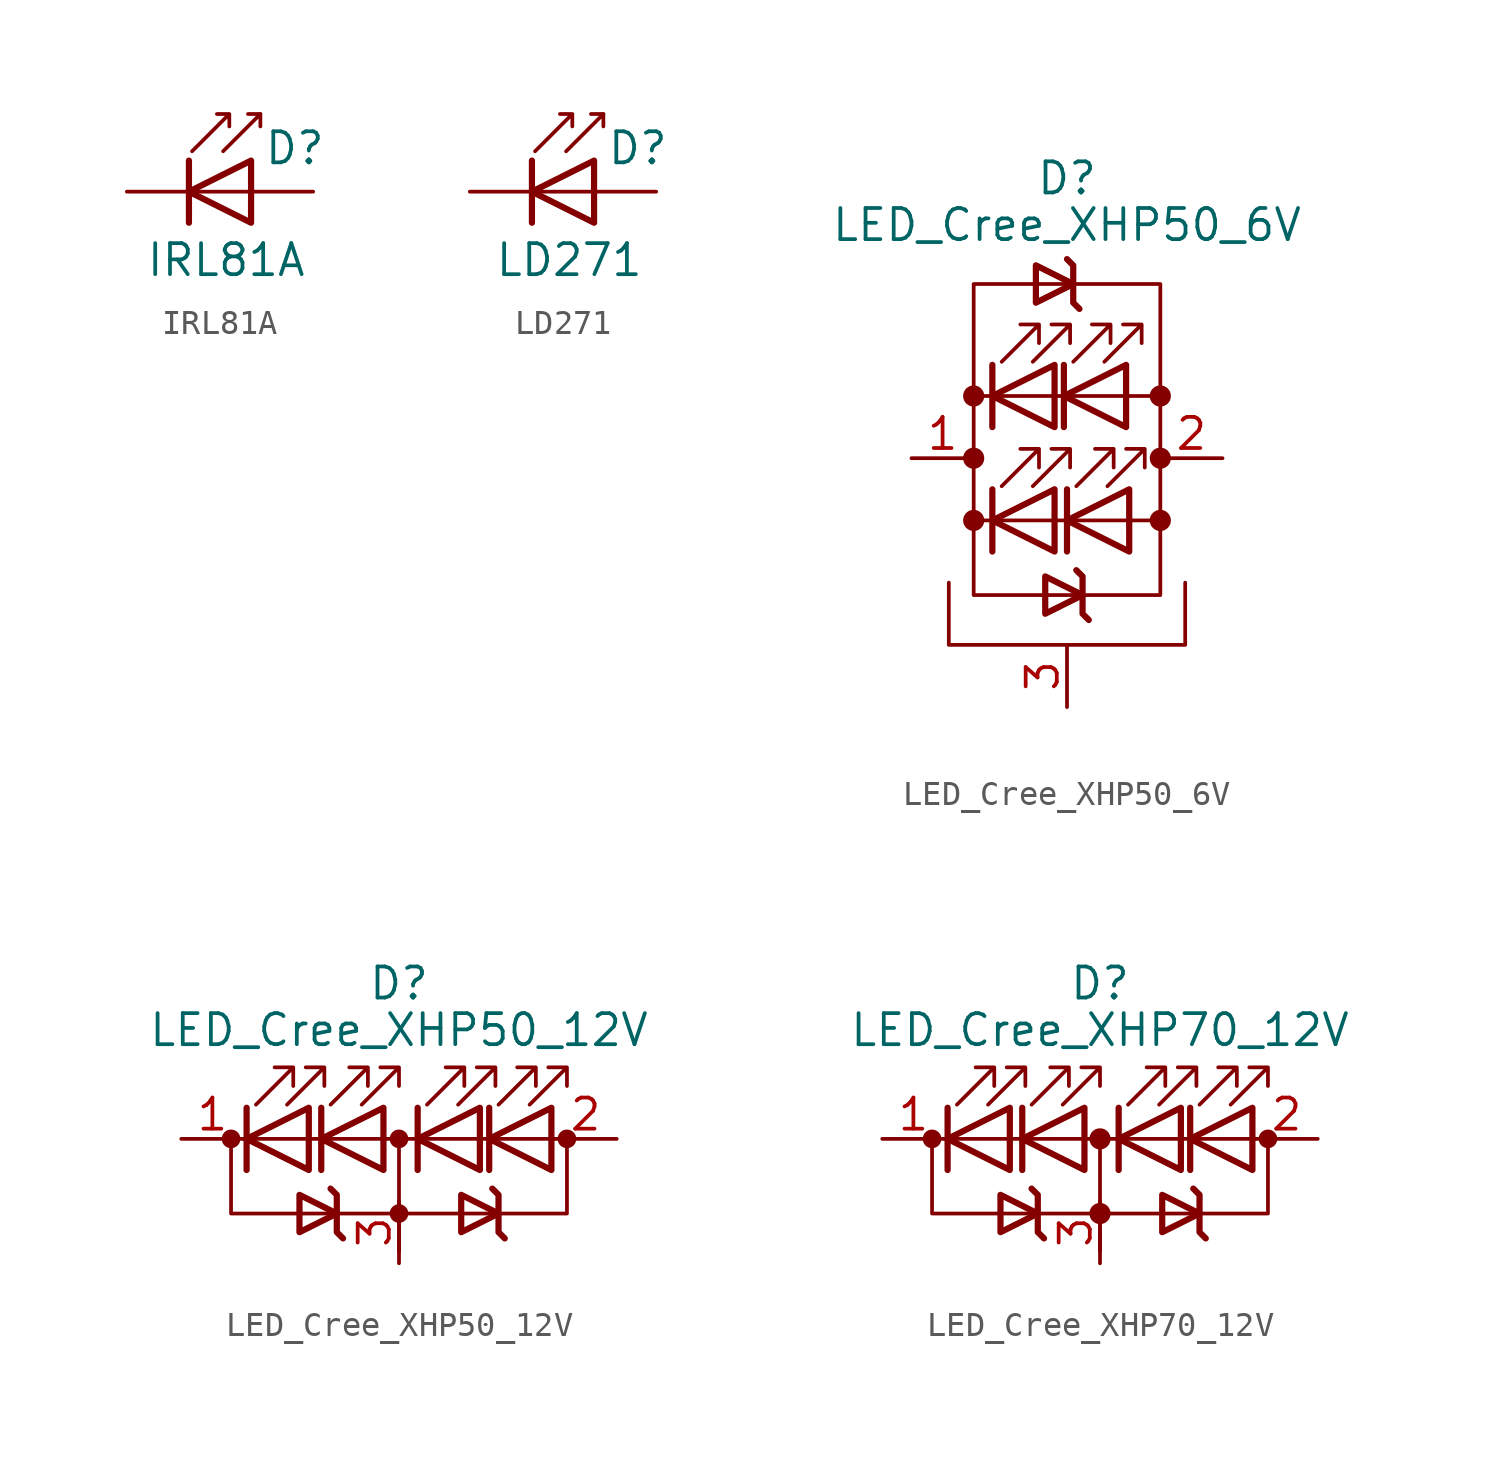
<source format=kicad_sym>
(kicad_symbol_lib
  (version 20241209)
  (generator "kicad_symbol_editor")
  (generator_version "9.0")
  (symbol "IRL81A"
    (pin_numbers hide)
    (pin_names
      (offset 1.016) hide)
    (property "Reference" "D"
      (at 0.508 1.778 0)
      (effects (font (size 1.27 1.27)) (justify left)))
    (property "Value" "IRL81A"
      (at -1.016 -2.794 0)
      (effects (font (size 1.27 1.27))))
    (symbol "IRL81A_0_1"
      (polyline (pts (xy -2.54 1.27) (xy -2.54 -1.27)) (stroke (width 0.254) (type default)) (fill (type none)))
      (polyline (pts (xy -2.54 0) (xy 0 0)) (stroke (width 0) (type default)) (fill (type none)))
      (polyline (pts (xy -2.413 1.651) (xy -0.889 3.175) (xy -0.889 2.667) (xy -0.889 3.175) (xy -1.397 3.175)) (stroke (width 0) (type default)) (fill (type none)))
      (polyline (pts (xy -1.143 1.651) (xy 0.381 3.175) (xy 0.381 2.667)) (stroke (width 0) (type default)) (fill (type none)))
      (polyline (pts (xy 0 -1.27) (xy 0 1.27) (xy -2.54 0) (xy 0 -1.27)) (stroke (width 0.254) (type default)) (fill (type none)))
      (polyline (pts (xy 0.381 3.175) (xy -0.127 3.175)) (stroke (width 0) (type default)) (fill (type none))))
    (symbol "IRL81A_1_1"
      (pin passive line (at -5.08 0 0) (length 2.54) (name "K" (effects (font (size 1.27 1.27)))) (number "1" (effects (font (size 1.27 1.27)))))
      (pin passive line (at 2.54 0 180) (length 2.54) (name "A" (effects (font (size 1.27 1.27)))) (number "2" (effects (font (size 1.27 1.27)))))))
  (symbol "LD271"
    (pin_numbers hide)
    (pin_names
      (offset 1.016) hide)
    (property "Reference" "D"
      (at 0.508 1.778 0)
      (effects (font (size 1.27 1.27)) (justify left)))
    (property "Value" "LD271"
      (at -1.016 -2.794 0)
      (effects (font (size 1.27 1.27))))
    (symbol "LD271_0_1"
      (polyline (pts (xy -2.54 1.27) (xy -2.54 -1.27)) (stroke (width 0.254) (type default)) (fill (type none)))
      (polyline (pts (xy -2.413 1.651) (xy -0.889 3.175) (xy -0.889 2.667) (xy -0.889 3.175) (xy -1.397 3.175)) (stroke (width 0) (type default)) (fill (type none)))
      (polyline (pts (xy -1.143 1.651) (xy 0.381 3.175) (xy 0.381 2.667)) (stroke (width 0) (type default)) (fill (type none)))
      (polyline (pts (xy 0 0) (xy -2.54 0)) (stroke (width 0) (type default)) (fill (type none)))
      (polyline (pts (xy 0 -1.27) (xy -2.54 0) (xy 0 1.27) (xy 0 -1.27)) (stroke (width 0.254) (type default)) (fill (type none)))
      (polyline (pts (xy 0.381 3.175) (xy -0.127 3.175)) (stroke (width 0) (type default)) (fill (type none))))
    (symbol "LD271_1_1"
      (pin passive line (at -5.08 0 0) (length 2.54) (name "K" (effects (font (size 1.27 1.27)))) (number "1" (effects (font (size 1.27 1.27)))))
      (pin passive line (at 2.54 0 180) (length 2.54) (name "A" (effects (font (size 1.27 1.27)))) (number "2" (effects (font (size 1.27 1.27)))))))
  (symbol "LED_Cree_XHP50_6V"
    (pin_names
      (offset 1.016) hide)
    (property "Reference" "D"
      (at 0 11.43 0)
      (effects (font (size 1.27 1.27))))
    (property "Value" "LED_Cree_XHP50_6V"
      (at 0 9.525 0)
      (effects (font (size 1.27 1.27))))
    (symbol "LED_Cree_XHP50_6V_0_1"
      (polyline (pts (xy -4.826 -5.08) (xy -4.826 -7.62) (xy 4.826 -7.62) (xy 4.826 -5.08)) (stroke (width 0) (type default)) (fill (type none)))
      (circle (center -3.81 2.54) (radius 0.356) (stroke (width 0) (type default)) (fill (type outline)))
      (circle (center -3.81 0) (radius 0.356) (stroke (width 0) (type default)) (fill (type outline)))
      (circle (center -3.81 -2.54) (radius 0.356) (stroke (width 0) (type default)) (fill (type outline)))
      (polyline (pts (xy -3.81 -2.54) (xy 3.81 -2.54)) (stroke (width 0) (type default)) (fill (type none)))
      (polyline (pts (xy -3.81 -5.588) (xy -3.81 7.112) (xy 3.81 7.112) (xy 3.81 -5.588) (xy -3.81 -5.588)) (stroke (width 0) (type default)) (fill (type none)))
      (polyline (pts (xy -3.048 1.27) (xy -3.048 3.81)) (stroke (width 0.254) (type default)) (fill (type none)))
      (polyline (pts (xy -3.048 -3.81) (xy -3.048 -1.27)) (stroke (width 0.254) (type default)) (fill (type none)))
      (polyline (pts (xy -2.667 3.937) (xy -1.143 5.461) (xy -1.905 5.461) (xy -1.143 5.461) (xy -1.143 4.699)) (stroke (width 0) (type default)) (fill (type none)))
      (polyline (pts (xy -2.667 -1.143) (xy -1.143 0.381) (xy -1.905 0.381) (xy -1.143 0.381) (xy -1.143 -0.381)) (stroke (width 0) (type default)) (fill (type none)))
      (polyline (pts (xy -1.397 3.937) (xy 0.127 5.461) (xy -0.635 5.461) (xy 0.127 5.461) (xy 0.127 4.699)) (stroke (width 0) (type default)) (fill (type none)))
      (polyline (pts (xy -1.397 -1.143) (xy 0.127 0.381) (xy -0.635 0.381) (xy 0.127 0.381) (xy 0.127 -0.381)) (stroke (width 0) (type default)) (fill (type none)))
      (polyline (pts (xy -1.27 6.35) (xy -1.27 7.874) (xy 0.254 7.112) (xy -1.27 6.35) (xy -1.27 6.604)) (stroke (width 0.254) (type default)) (fill (type none)))
      (polyline (pts (xy -0.889 -6.35) (xy -0.889 -4.826) (xy 0.635 -5.588) (xy -0.889 -6.35) (xy -0.889 -6.096)) (stroke (width 0.254) (type default)) (fill (type none)))
      (polyline (pts (xy -0.508 1.27) (xy -0.508 3.81) (xy -3.048 2.54) (xy -0.508 1.27)) (stroke (width 0.254) (type default)) (fill (type none)))
      (polyline (pts (xy -0.508 -3.81) (xy -0.508 -1.27) (xy -3.048 -2.54) (xy -0.508 -3.81)) (stroke (width 0.254) (type default)) (fill (type none)))
      (polyline (pts (xy -0.127 1.27) (xy -0.127 3.81)) (stroke (width 0.254) (type default)) (fill (type none)))
      (polyline (pts (xy 0 -3.81) (xy 0 -1.27)) (stroke (width 0.254) (type default)) (fill (type none)))
      (polyline (pts (xy 0.254 3.937) (xy 1.778 5.461) (xy 1.016 5.461) (xy 1.778 5.461) (xy 1.778 4.699)) (stroke (width 0) (type default)) (fill (type none)))
      (polyline (pts (xy 0.381 -1.143) (xy 1.905 0.381) (xy 1.143 0.381) (xy 1.905 0.381) (xy 1.905 -0.381)) (stroke (width 0) (type default)) (fill (type none)))
      (polyline (pts (xy 0.508 6.096) (xy 0.254 6.35) (xy 0.254 7.874) (xy 0 8.128)) (stroke (width 0.254) (type default)) (fill (type none)))
      (polyline (pts (xy 0.889 -6.604) (xy 0.635 -6.35) (xy 0.635 -4.826) (xy 0.381 -4.572)) (stroke (width 0.254) (type default)) (fill (type none)))
      (polyline (pts (xy 1.524 3.937) (xy 3.048 5.461) (xy 2.286 5.461) (xy 3.048 5.461) (xy 3.048 4.699)) (stroke (width 0) (type default)) (fill (type none)))
      (polyline (pts (xy 1.651 -1.143) (xy 3.175 0.381) (xy 2.413 0.381) (xy 3.175 0.381) (xy 3.175 -0.381)) (stroke (width 0) (type default)) (fill (type none)))
      (polyline (pts (xy 2.413 1.27) (xy 2.413 3.81) (xy -0.127 2.54) (xy 2.413 1.27)) (stroke (width 0.254) (type default)) (fill (type none)))
      (polyline (pts (xy 2.54 -3.81) (xy 2.54 -1.27) (xy 0 -2.54) (xy 2.54 -3.81)) (stroke (width 0.254) (type default)) (fill (type none)))
      (polyline (pts (xy 3.81 2.54) (xy -3.81 2.54)) (stroke (width 0) (type default)) (fill (type none)))
      (circle (center 3.81 2.54) (radius 0.356) (stroke (width 0) (type default)) (fill (type outline)))
      (circle (center 3.81 0) (radius 0.356) (stroke (width 0) (type default)) (fill (type outline)))
      (circle (center 3.81 -2.54) (radius 0.356) (stroke (width 0) (type default)) (fill (type outline))))
    (symbol "LED_Cree_XHP50_6V_1_1"
      (pin passive line (at -6.35 0 0) (length 2.54) (name "K" (effects (font (size 1.27 1.27)))) (number "1" (effects (font (size 1.27 1.27)))))
      (pin passive line (at 0 -10.16 90) (length 2.54) (name "PAD" (effects (font (size 1.27 1.27)))) (number "3" (effects (font (size 1.27 1.27)))))
      (pin passive line (at 6.35 0 180) (length 2.54) (name "A" (effects (font (size 1.27 1.27)))) (number "2" (effects (font (size 1.27 1.27)))))))
  (symbol "LED_Cree_XHP50_12V"
    (pin_names
      (offset 1.016) hide)
    (property "Reference" "D"
      (at 0 6.35 0)
      (effects (font (size 1.27 1.27))))
    (property "Value" "LED_Cree_XHP50_12V"
      (at 0 4.445 0)
      (effects (font (size 1.27 1.27))))
    (symbol "LED_Cree_XHP50_12V_0_1"
      (circle (center -6.858 0) (radius 0.254) (stroke (width 0.254) (type default)) (fill (type outline)))
      (polyline (pts (xy -6.858 0) (xy -6.858 -3.048) (xy 6.858 -3.048) (xy 6.858 0)) (stroke (width 0) (type default)) (fill (type none)))
      (polyline (pts (xy -6.35 0) (xy 6.35 0)) (stroke (width 0) (type default)) (fill (type none)))
      (polyline (pts (xy -6.223 -1.27) (xy -6.223 1.27)) (stroke (width 0.254) (type default)) (fill (type none)))
      (polyline (pts (xy -5.842 1.397) (xy -4.318 2.921) (xy -5.08 2.921) (xy -4.318 2.921) (xy -4.318 2.159)) (stroke (width 0) (type default)) (fill (type none)))
      (polyline (pts (xy -4.572 1.397) (xy -3.048 2.921) (xy -3.81 2.921) (xy -3.048 2.921) (xy -3.048 2.159)) (stroke (width 0) (type default)) (fill (type none)))
      (polyline (pts (xy -4.064 -3.81) (xy -4.064 -2.286) (xy -2.54 -3.048) (xy -4.064 -3.81) (xy -4.064 -3.556)) (stroke (width 0.254) (type default)) (fill (type none)))
      (polyline (pts (xy -3.683 -1.27) (xy -3.683 1.27) (xy -6.223 0) (xy -3.683 -1.27)) (stroke (width 0.254) (type default)) (fill (type none)))
      (polyline (pts (xy -3.175 -1.27) (xy -3.175 1.27)) (stroke (width 0.254) (type default)) (fill (type none)))
      (polyline (pts (xy -2.794 1.397) (xy -1.27 2.921) (xy -2.032 2.921) (xy -1.27 2.921) (xy -1.27 2.159)) (stroke (width 0) (type default)) (fill (type none)))
      (polyline (pts (xy -2.286 -4.064) (xy -2.54 -3.81) (xy -2.54 -2.286) (xy -2.794 -2.032)) (stroke (width 0.254) (type default)) (fill (type none)))
      (polyline (pts (xy -1.524 1.397) (xy 0 2.921) (xy -0.762 2.921) (xy 0 2.921) (xy 0 2.159)) (stroke (width 0) (type default)) (fill (type none)))
      (polyline (pts (xy -0.635 -1.27) (xy -0.635 1.27) (xy -3.175 0) (xy -0.635 -1.27)) (stroke (width 0.254) (type default)) (fill (type none)))
      (polyline (pts (xy 0 0) (xy 0 -4.572)) (stroke (width 0) (type default)) (fill (type none)))
      (circle (center 0 0) (radius 0.254) (stroke (width 0.254) (type default)) (fill (type outline)))
      (circle (center 0 -3.048) (radius 0.254) (stroke (width 0.254) (type default)) (fill (type outline)))
      (polyline (pts (xy 0 -3.81) (xy 0 -4.572)) (stroke (width 0) (type default)) (fill (type none)))
      (polyline (pts (xy 0.762 -1.27) (xy 0.762 1.27)) (stroke (width 0.254) (type default)) (fill (type none)))
      (polyline (pts (xy 1.143 1.397) (xy 2.667 2.921) (xy 1.905 2.921) (xy 2.667 2.921) (xy 2.667 2.159)) (stroke (width 0) (type default)) (fill (type none)))
      (polyline (pts (xy 2.413 1.397) (xy 3.937 2.921) (xy 3.175 2.921) (xy 3.937 2.921) (xy 3.937 2.159)) (stroke (width 0) (type default)) (fill (type none)))
      (polyline (pts (xy 2.54 -3.81) (xy 2.54 -2.286) (xy 4.064 -3.048) (xy 2.54 -3.81) (xy 2.54 -3.556)) (stroke (width 0.254) (type default)) (fill (type none)))
      (polyline (pts (xy 3.302 -1.27) (xy 3.302 1.27) (xy 0.762 0) (xy 3.302 -1.27)) (stroke (width 0.254) (type default)) (fill (type none)))
      (polyline (pts (xy 3.683 -1.27) (xy 3.683 1.27)) (stroke (width 0.254) (type default)) (fill (type none)))
      (polyline (pts (xy 4.064 1.397) (xy 5.588 2.921) (xy 4.826 2.921) (xy 5.588 2.921) (xy 5.588 2.159)) (stroke (width 0) (type default)) (fill (type none)))
      (polyline (pts (xy 4.318 -4.064) (xy 4.064 -3.81) (xy 4.064 -2.286) (xy 3.81 -2.032)) (stroke (width 0.254) (type default)) (fill (type none)))
      (polyline (pts (xy 5.334 1.397) (xy 6.858 2.921) (xy 6.096 2.921) (xy 6.858 2.921) (xy 6.858 2.159)) (stroke (width 0) (type default)) (fill (type none)))
      (polyline (pts (xy 6.223 -1.27) (xy 6.223 1.27) (xy 3.683 0) (xy 6.223 -1.27)) (stroke (width 0.254) (type default)) (fill (type none)))
      (circle (center 6.858 0) (radius 0.254) (stroke (width 0.254) (type default)) (fill (type outline))))
    (symbol "LED_Cree_XHP50_12V_1_1"
      (pin passive line (at -8.89 0 0) (length 2.54) (name "K" (effects (font (size 1.27 1.27)))) (number "1" (effects (font (size 1.27 1.27)))))
      (pin passive line (at 0 -5.08 90) (length 2.54) (name "PAD" (effects (font (size 1.27 1.27)))) (number "3" (effects (font (size 1.27 1.27)))))
      (pin passive line (at 8.89 0 180) (length 2.54) (name "A" (effects (font (size 1.27 1.27)))) (number "2" (effects (font (size 1.27 1.27)))))))
  (symbol "LED_Cree_XHP70_12V"
    (pin_names
      (offset 1.016) hide)
    (property "Reference" "D"
      (at 0 6.35 0)
      (effects (font (size 1.27 1.27))))
    (property "Value" "LED_Cree_XHP70_12V"
      (at 0 4.445 0)
      (effects (font (size 1.27 1.27))))
    (symbol "LED_Cree_XHP70_12V_0_1"
      (circle (center -6.858 0) (radius 0.254) (stroke (width 0.254) (type default)) (fill (type outline)))
      (polyline (pts (xy -6.858 0) (xy -6.858 -3.048) (xy 6.858 -3.048) (xy 6.858 0)) (stroke (width 0) (type default)) (fill (type none)))
      (polyline (pts (xy -6.35 0) (xy 6.35 0)) (stroke (width 0) (type default)) (fill (type none)))
      (polyline (pts (xy -6.223 -1.27) (xy -6.223 1.27)) (stroke (width 0.254) (type default)) (fill (type none)))
      (polyline (pts (xy -5.842 1.397) (xy -4.318 2.921) (xy -5.08 2.921) (xy -4.318 2.921) (xy -4.318 2.159)) (stroke (width 0) (type default)) (fill (type none)))
      (polyline (pts (xy -4.572 1.397) (xy -3.048 2.921) (xy -3.81 2.921) (xy -3.048 2.921) (xy -3.048 2.159)) (stroke (width 0) (type default)) (fill (type none)))
      (polyline (pts (xy -4.064 -3.81) (xy -4.064 -2.286) (xy -2.54 -3.048) (xy -4.064 -3.81) (xy -4.064 -3.556)) (stroke (width 0.254) (type default)) (fill (type none)))
      (polyline (pts (xy -3.683 -1.27) (xy -3.683 1.27) (xy -6.223 0) (xy -3.683 -1.27)) (stroke (width 0.254) (type default)) (fill (type none)))
      (polyline (pts (xy -3.175 -1.27) (xy -3.175 1.27)) (stroke (width 0.254) (type default)) (fill (type none)))
      (polyline (pts (xy -2.794 1.397) (xy -1.27 2.921) (xy -2.032 2.921) (xy -1.27 2.921) (xy -1.27 2.159)) (stroke (width 0) (type default)) (fill (type none)))
      (polyline (pts (xy -2.286 -4.064) (xy -2.54 -3.81) (xy -2.54 -2.286) (xy -2.794 -2.032)) (stroke (width 0.254) (type default)) (fill (type none)))
      (polyline (pts (xy -1.524 1.397) (xy 0 2.921) (xy -0.762 2.921) (xy 0 2.921) (xy 0 2.159)) (stroke (width 0) (type default)) (fill (type none)))
      (polyline (pts (xy -0.635 -1.27) (xy -0.635 1.27) (xy -3.175 0) (xy -0.635 -1.27)) (stroke (width 0.254) (type default)) (fill (type none)))
      (polyline (pts (xy 0 0) (xy 0 -4.572)) (stroke (width 0) (type default)) (fill (type none)))
      (circle (center 0 0) (radius 0.356) (stroke (width 0) (type default)) (fill (type outline)))
      (circle (center 0 -3.048) (radius 0.356) (stroke (width 0) (type default)) (fill (type outline)))
      (polyline (pts (xy 0 -3.81) (xy 0 -4.572)) (stroke (width 0) (type default)) (fill (type none)))
      (polyline (pts (xy 0.762 -1.27) (xy 0.762 1.27)) (stroke (width 0.254) (type default)) (fill (type none)))
      (polyline (pts (xy 1.143 1.397) (xy 2.667 2.921) (xy 1.905 2.921) (xy 2.667 2.921) (xy 2.667 2.159)) (stroke (width 0) (type default)) (fill (type none)))
      (polyline (pts (xy 2.413 1.397) (xy 3.937 2.921) (xy 3.175 2.921) (xy 3.937 2.921) (xy 3.937 2.159)) (stroke (width 0) (type default)) (fill (type none)))
      (polyline (pts (xy 2.54 -3.81) (xy 2.54 -2.286) (xy 4.064 -3.048) (xy 2.54 -3.81) (xy 2.54 -3.556)) (stroke (width 0.254) (type default)) (fill (type none)))
      (polyline (pts (xy 3.302 -1.27) (xy 3.302 1.27) (xy 0.762 0) (xy 3.302 -1.27)) (stroke (width 0.254) (type default)) (fill (type none)))
      (polyline (pts (xy 3.683 -1.27) (xy 3.683 1.27)) (stroke (width 0.254) (type default)) (fill (type none)))
      (polyline (pts (xy 4.064 1.397) (xy 5.588 2.921) (xy 4.826 2.921) (xy 5.588 2.921) (xy 5.588 2.159)) (stroke (width 0) (type default)) (fill (type none)))
      (polyline (pts (xy 4.318 -4.064) (xy 4.064 -3.81) (xy 4.064 -2.286) (xy 3.81 -2.032)) (stroke (width 0.254) (type default)) (fill (type none)))
      (polyline (pts (xy 5.334 1.397) (xy 6.858 2.921) (xy 6.096 2.921) (xy 6.858 2.921) (xy 6.858 2.159)) (stroke (width 0) (type default)) (fill (type none)))
      (polyline (pts (xy 6.223 -1.27) (xy 6.223 1.27) (xy 3.683 0) (xy 6.223 -1.27)) (stroke (width 0.254) (type default)) (fill (type none)))
      (circle (center 6.858 0) (radius 0.254) (stroke (width 0.254) (type default)) (fill (type outline))))
    (symbol "LED_Cree_XHP70_12V_1_1"
      (pin passive line (at -8.89 0 0) (length 2.54) (name "K" (effects (font (size 1.27 1.27)))) (number "1" (effects (font (size 1.27 1.27)))))
      (pin passive line (at 0 -5.08 90) (length 2.54) (name "PAD" (effects (font (size 1.27 1.27)))) (number "3" (effects (font (size 1.27 1.27)))))
      (pin passive line (at 8.89 0 180) (length 2.54) (name "A" (effects (font (size 1.27 1.27)))) (number "2" (effects (font (size 1.27 1.27))))))))
</source>
